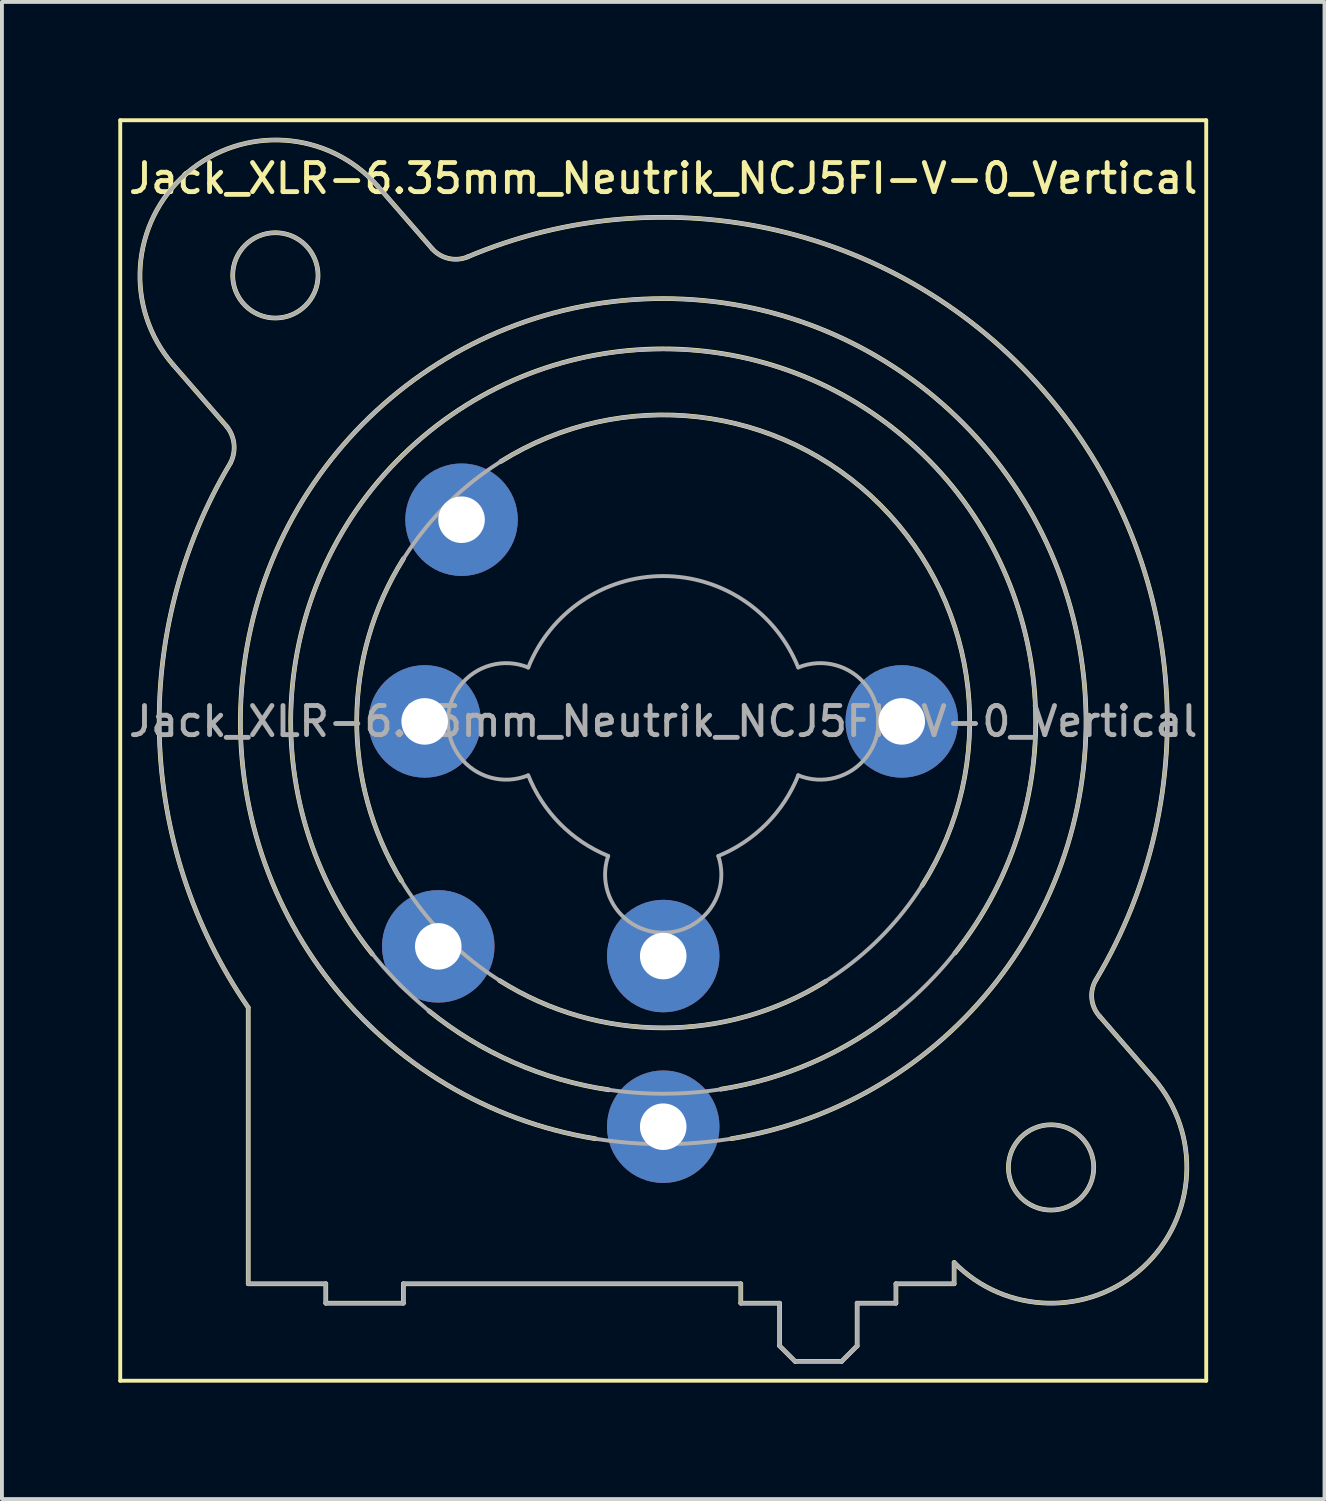
<source format=kicad_pcb>
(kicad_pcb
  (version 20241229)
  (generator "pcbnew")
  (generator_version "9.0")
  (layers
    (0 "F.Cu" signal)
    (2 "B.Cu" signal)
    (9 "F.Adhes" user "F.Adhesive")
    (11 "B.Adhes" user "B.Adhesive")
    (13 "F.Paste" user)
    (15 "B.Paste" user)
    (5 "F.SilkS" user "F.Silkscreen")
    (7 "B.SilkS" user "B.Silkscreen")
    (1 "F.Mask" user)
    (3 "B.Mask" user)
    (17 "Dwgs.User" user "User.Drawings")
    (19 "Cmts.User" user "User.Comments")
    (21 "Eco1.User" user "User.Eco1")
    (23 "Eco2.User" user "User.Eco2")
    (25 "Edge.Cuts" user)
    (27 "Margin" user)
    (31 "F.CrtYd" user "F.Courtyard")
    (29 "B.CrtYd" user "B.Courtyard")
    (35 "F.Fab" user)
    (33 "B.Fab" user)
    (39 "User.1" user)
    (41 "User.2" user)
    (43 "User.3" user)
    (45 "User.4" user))
  (footprint "Jack_XLR-6.35mm_Neutrik_NCJ5FI-V-0_Vertical"
    (layer "F.Cu")
    (at 20.2 15.55)
    (property "Reference" "Jack_XLR-6.35mm_Neutrik_NCJ5FI-V-0_Vertical" (at -6.15 -14 0) (layer "F.SilkS") (effects (font (size 0.75 0.75) (thickness 0.125))))
    (attr through_hole)
    (fp_line (start -20.15 -15.5) (end 7.85 -15.5) (stroke (width 0.1) (type solid)) (layer "F.SilkS"))
    (fp_line (start -20.15 17) (end -20.15 -15.5) (stroke (width 0.1) (type solid)) (layer "F.SilkS"))
    (fp_line (start -17.4 -7.6) (end -18.79 -9.2) (stroke (width 0.12) (type solid)) (layer "F.SilkS"))
    (fp_line (start -16.85 14.5) (end -16.85 7.38) (stroke (width 0.12) (type solid)) (layer "F.SilkS"))
    (fp_line (start -14.85 14.5) (end -16.85 14.5) (stroke (width 0.12) (type solid)) (layer "F.SilkS"))
    (fp_line (start -14.85 14.5) (end -14.85 15) (stroke (width 0.12) (type solid)) (layer "F.SilkS"))
    (fp_line (start -13.51 -13.8) (end -12.11 -12.19) (stroke (width 0.12) (type solid)) (layer "F.SilkS"))
    (fp_line (start -12.85 14.5) (end -12.85 15) (stroke (width 0.12) (type solid)) (layer "F.SilkS"))
    (fp_line (start -12.85 15) (end -14.85 15) (stroke (width 0.12) (type solid)) (layer "F.SilkS"))
    (fp_line (start -4.15 14.5) (end -12.85 14.5) (stroke (width 0.12) (type solid)) (layer "F.SilkS"))
    (fp_line (start -4.15 14.5) (end -4.15 15) (stroke (width 0.12) (type solid)) (layer "F.SilkS"))
    (fp_line (start -3.15 15) (end -4.15 15) (stroke (width 0.12) (type solid)) (layer "F.SilkS"))
    (fp_line (start -3.15 15) (end -3.15 16.1) (stroke (width 0.12) (type solid)) (layer "F.SilkS"))
    (fp_line (start -3.15 16.1) (end -2.75 16.5) (stroke (width 0.12) (type solid)) (layer "F.SilkS"))
    (fp_line (start -1.55 16.5) (end -2.75 16.5) (stroke (width 0.12) (type solid)) (layer "F.SilkS"))
    (fp_line (start -1.15 15) (end -1.15 16.1) (stroke (width 0.12) (type solid)) (layer "F.SilkS"))
    (fp_line (start -1.15 16.1) (end -1.55 16.5) (stroke (width 0.12) (type solid)) (layer "F.SilkS"))
    (fp_line (start -0.15 14.5) (end -0.15 15) (stroke (width 0.12) (type solid)) (layer "F.SilkS"))
    (fp_line (start -0.15 15) (end -1.15 15) (stroke (width 0.12) (type solid)) (layer "F.SilkS"))
    (fp_line (start 1.35 13.95) (end 1.35 14.5) (stroke (width 0.12) (type solid)) (layer "F.SilkS"))
    (fp_line (start 1.35 14.5) (end -0.15 14.5) (stroke (width 0.12) (type solid)) (layer "F.SilkS"))
    (fp_line (start 5.1 7.6) (end 6.49 9.2) (stroke (width 0.12) (type solid)) (layer "F.SilkS"))
    (fp_line (start 7.85 -15.5) (end 7.85 17) (stroke (width 0.1) (type solid)) (layer "F.SilkS"))
    (fp_line (start 7.85 17) (end -20.15 17) (stroke (width 0.1) (type solid)) (layer "F.SilkS"))
    (fp_arc (start -18.79 -9.2) (mid -18.45 -14.14) (end -13.51 -13.8) (stroke (width 0.12) (type solid)) (layer "F.SilkS"))
    (fp_arc (start -17.400452 -7.59955) (mid -17.216295 -7.14315) (end -17.31 -6.66) (stroke (width 0.12) (type solid)) (layer "F.SilkS"))
    (fp_arc (start -16.851206 7.374645) (mid -19.139261 0.42462) (end -17.31 -6.66) (stroke (width 0.12) (type solid)) (layer "F.SilkS"))
    (fp_arc (start -13.65 6) (mid -6.168408 -9.604669) (end 1.372943 5.971208) (stroke (width 0.12) (type solid)) (layer "F.SilkS"))
    (fp_arc (start -12.9 4.11) (mid -14.052663 -0.0501) (end -12.847348 -4.195251) (stroke (width 0.12) (type solid)) (layer "F.SilkS"))
    (fp_arc (start -11.201352 -11.974349) (mid 3.655031 -8.530097) (end 5.01 6.66) (stroke (width 0.12) (type solid)) (layer "F.SilkS"))
    (fp_arc (start -11.177539 -11.981856) (mid -11.677484 -11.93489) (end -12.11 -12.19) (stroke (width 0.12) (type solid)) (layer "F.SilkS"))
    (fp_arc (start -10.34 -6.7) (mid -0.544787 -5.570251) (end 0.523653 4.231839) (stroke (width 0.12) (type solid)) (layer "F.SilkS"))
    (fp_arc (start -7.9 10.76) (mid -6.152346 -10.90138) (end -4.395368 10.759246) (stroke (width 0.12) (type solid)) (layer "F.SilkS"))
    (fp_arc (start -7.55 9.5) (mid -10.007174 8.793873) (end -12.190932 7.464391) (stroke (width 0.12) (type solid)) (layer "F.SilkS"))
    (fp_arc (start -1.96 6.7) (mid -6.167825 7.902264) (end -10.370184 6.681029) (stroke (width 0.12) (type solid)) (layer "F.SilkS"))
    (fp_arc (start -0.16 7.5) (mid -2.282236 8.784674) (end -4.662837 9.482534) (stroke (width 0.12) (type solid)) (layer "F.SilkS"))
    (fp_arc (start 5.109394 7.611661) (mid 4.900255 7.152483) (end 5.01 6.66) (stroke (width 0.12) (type solid)) (layer "F.SilkS"))
    (fp_arc (start 6.49 9.2) (mid 6.227307 14.070606) (end 1.351052 13.95252) (stroke (width 0.12) (type solid)) (layer "F.SilkS"))
    (fp_circle (center -16.15 -11.5) (end -15.05 -11.5) (stroke (width 0.12) (type solid)) (fill no) (layer "F.SilkS"))
    (fp_circle (center 3.85 11.5) (end 4.95 11.5) (stroke (width 0.12) (type solid)) (fill no) (layer "F.SilkS"))
    (fp_line (start -17.4 -7.6) (end -18.79 -9.2) (stroke (width 0.1) (type solid)) (layer "F.Fab"))
    (fp_line (start -16.85 14.5) (end -16.85 7.38) (stroke (width 0.1) (type solid)) (layer "F.Fab"))
    (fp_line (start -14.85 14.5) (end -16.85 14.5) (stroke (width 0.1) (type solid)) (layer "F.Fab"))
    (fp_line (start -14.85 14.5) (end -14.85 15) (stroke (width 0.1) (type solid)) (layer "F.Fab"))
    (fp_line (start -13.51 -13.8) (end -12.11 -12.19) (stroke (width 0.1) (type solid)) (layer "F.Fab"))
    (fp_line (start -12.85 14.5) (end -12.85 15) (stroke (width 0.1) (type solid)) (layer "F.Fab"))
    (fp_line (start -12.85 15) (end -14.85 15) (stroke (width 0.1) (type solid)) (layer "F.Fab"))
    (fp_line (start -4.15 14.5) (end -12.85 14.5) (stroke (width 0.1) (type solid)) (layer "F.Fab"))
    (fp_line (start -4.15 14.5) (end -4.15 15) (stroke (width 0.1) (type solid)) (layer "F.Fab"))
    (fp_line (start -3.15 15) (end -4.15 15) (stroke (width 0.1) (type solid)) (layer "F.Fab"))
    (fp_line (start -3.15 15) (end -3.15 16.1) (stroke (width 0.1) (type solid)) (layer "F.Fab"))
    (fp_line (start -3.15 16.1) (end -2.75 16.5) (stroke (width 0.1) (type solid)) (layer "F.Fab"))
    (fp_line (start -1.55 16.5) (end -2.75 16.5) (stroke (width 0.1) (type solid)) (layer "F.Fab"))
    (fp_line (start -1.15 15) (end -1.15 16.1) (stroke (width 0.1) (type solid)) (layer "F.Fab"))
    (fp_line (start -1.15 16.1) (end -1.55 16.5) (stroke (width 0.1) (type solid)) (layer "F.Fab"))
    (fp_line (start -0.15 14.5) (end -0.15 15) (stroke (width 0.1) (type solid)) (layer "F.Fab"))
    (fp_line (start -0.15 15) (end -1.15 15) (stroke (width 0.1) (type solid)) (layer "F.Fab"))
    (fp_line (start 1.35 13.95) (end 1.35 14.5) (stroke (width 0.1) (type solid)) (layer "F.Fab"))
    (fp_line (start 1.35 14.5) (end -0.15 14.5) (stroke (width 0.1) (type solid)) (layer "F.Fab"))
    (fp_line (start 5.1 7.6) (end 6.49 9.2) (stroke (width 0.1) (type solid)) (layer "F.Fab"))
    (fp_arc (start -18.79 -9.2) (mid -18.45 -14.14) (end -13.51 -13.8) (stroke (width 0.1) (type solid)) (layer "F.Fab"))
    (fp_arc (start -17.400452 -7.59955) (mid -17.216295 -7.14315) (end -17.31 -6.66) (stroke (width 0.1) (type solid)) (layer "F.Fab"))
    (fp_arc (start -16.851206 7.374645) (mid -19.139261 0.42462) (end -17.31 -6.66) (stroke (width 0.1) (type solid)) (layer "F.Fab"))
    (fp_arc (start -11.201352 -11.974349) (mid 3.655031 -8.530097) (end 5.01 6.66) (stroke (width 0.1) (type solid)) (layer "F.Fab"))
    (fp_arc (start -11.177539 -11.981856) (mid -11.677484 -11.93489) (end -12.11 -12.19) (stroke (width 0.1) (type solid)) (layer "F.Fab"))
    (fp_arc (start -9.634717 1.391925) (mid -11.702329 -0.002547) (end -9.63 -1.39) (stroke (width 0.1) (type solid)) (layer "F.Fab"))
    (fp_arc (start -9.631116 -1.387204) (mid -6.151505 -3.747333) (end -2.67 -1.39) (stroke (width 0.1) (type solid)) (layer "F.Fab"))
    (fp_arc (start -7.567529 3.468878) (mid -8.810241 2.639246) (end -9.63 1.39) (stroke (width 0.1) (type solid)) (layer "F.Fab"))
    (fp_arc (start -4.729599 3.471189) (mid -6.150627 5.448932) (end -7.57 3.47) (stroke (width 0.1) (type solid)) (layer "F.Fab"))
    (fp_arc (start -2.667476 1.389002) (mid -3.487046 2.639314) (end -4.73 3.47) (stroke (width 0.1) (type solid)) (layer "F.Fab"))
    (fp_arc (start -2.665283 -1.391925) (mid -0.597671 0.002547) (end -2.67 1.39) (stroke (width 0.1) (type solid)) (layer "F.Fab"))
    (fp_arc (start 5.109394 7.611661) (mid 4.900255 7.152483) (end 5.01 6.66) (stroke (width 0.1) (type solid)) (layer "F.Fab"))
    (fp_arc (start 6.49 9.2) (mid 6.227307 14.070606) (end 1.351052 13.95252) (stroke (width 0.1) (type solid)) (layer "F.Fab"))
    (fp_circle (center -16.15 -11.5) (end -15.05 -11.5) (stroke (width 0.1) (type solid)) (fill no) (layer "F.Fab"))
    (fp_circle (center -6.15 0) (end 1.75 0) (stroke (width 0.1) (type solid)) (fill no) (layer "F.Fab"))
    (fp_circle (center -6.15 0) (end 3.45 0) (stroke (width 0.1) (type solid)) (fill no) (layer "F.Fab"))
    (fp_circle (center -6.15 0) (end 4.75 0) (stroke (width 0.1) (type solid)) (fill no) (layer "F.Fab"))
    (fp_circle (center 3.85 11.5) (end 4.95 11.5) (stroke (width 0.1) (type solid)) (fill no) (layer "F.Fab"))
    (fp_text user "${REFERENCE}" (at -6.15 0 0) (layer "F.Fab") (effects (font (size 0.75 0.75) (thickness 0.125))))
    (pad "1" thru_hole circle (at 0 0) (size 2.9 2.9) (drill 1.2) (layers "*.Cu" "*.Mask"))
    (pad "2" thru_hole circle (at -12.3 0) (size 2.9 2.9) (drill 1.2) (layers "*.Cu" "*.Mask"))
    (pad "3" thru_hole circle (at -6.15 6.05) (size 2.9 2.9) (drill 1.2) (layers "*.Cu" "*.Mask"))
    (pad "G" thru_hole circle (at -6.15 10.45) (size 2.9 2.9) (drill 1.2) (layers "*.Cu" "*.Mask"))
    (pad "S" thru_hole circle (at -11.95 5.8) (size 2.9 2.9) (drill 1.2) (layers "*.Cu" "*.Mask"))
    (pad "T" thru_hole circle (at -11.35 -5.2) (size 2.9 2.9) (drill 1.2) (layers "*.Cu" "*.Mask")))
  (gr_rect
    (start -3 -3)
    (end 31.1 35.6)
    (stroke (width 0.1) (type default))
    (fill no)
    (layer "Edge.Cuts")))
</source>
